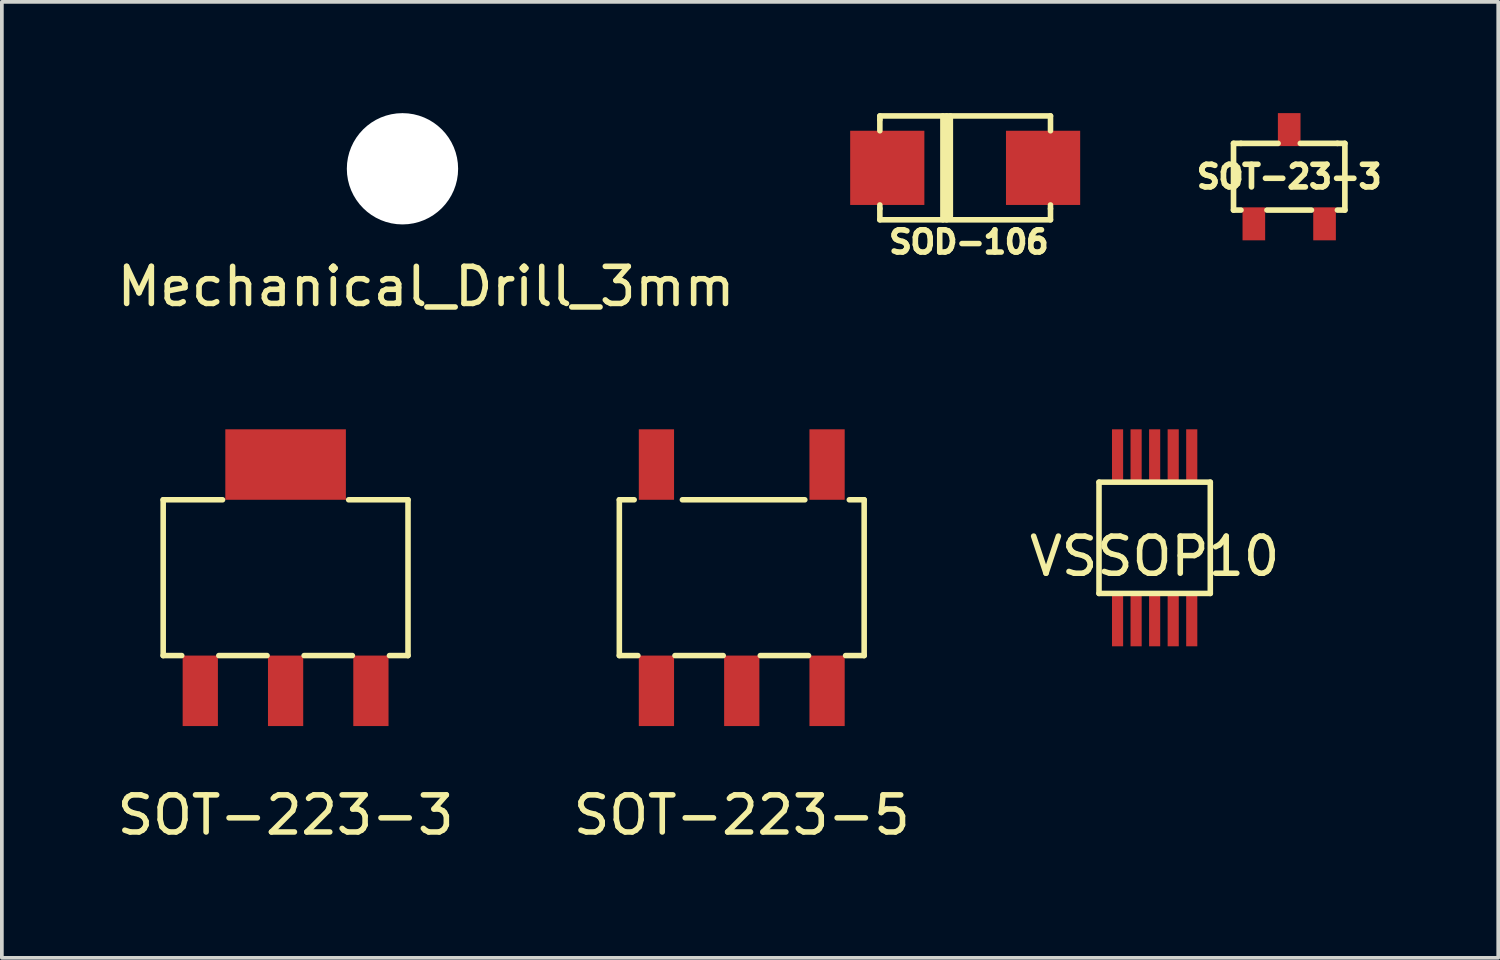
<source format=kicad_pcb>
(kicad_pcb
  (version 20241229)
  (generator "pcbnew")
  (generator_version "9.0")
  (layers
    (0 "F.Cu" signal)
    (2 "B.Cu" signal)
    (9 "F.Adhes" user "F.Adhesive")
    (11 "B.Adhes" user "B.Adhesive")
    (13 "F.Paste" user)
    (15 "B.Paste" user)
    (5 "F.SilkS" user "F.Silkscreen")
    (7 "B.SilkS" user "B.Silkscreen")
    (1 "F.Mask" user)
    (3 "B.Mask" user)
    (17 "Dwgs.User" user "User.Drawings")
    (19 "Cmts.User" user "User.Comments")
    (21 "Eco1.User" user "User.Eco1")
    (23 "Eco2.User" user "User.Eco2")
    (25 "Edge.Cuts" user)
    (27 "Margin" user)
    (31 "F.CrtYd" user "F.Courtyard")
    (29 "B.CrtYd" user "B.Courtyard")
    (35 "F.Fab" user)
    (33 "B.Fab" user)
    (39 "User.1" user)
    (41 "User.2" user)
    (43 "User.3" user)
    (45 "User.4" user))
  (footprint "SOT-23-3"
    (layer "F.Cu")
    (at 31.704 1.714)
    (property "Reference" "SOT-23-3" (at 0 0 0) (layer "F.SilkS") (effects (font (size 0.61 0.61) (thickness 0.152))))
    (attr smd)
    (fp_line (start -1.501 -0.899) (end -1.501 0.899) (stroke (width 0.152) (type solid)) (layer "F.SilkS"))
    (fp_line (start -1.501 -0.899) (end -1.3 -0.899) (stroke (width 0.152) (type solid)) (layer "F.SilkS"))
    (fp_line (start -1.501 0.899) (end -1.3 0.899) (stroke (width 0.152) (type solid)) (layer "F.SilkS"))
    (fp_line (start -1.3 -0.899) (end -0.3 -0.899) (stroke (width 0.152) (type solid)) (layer "F.SilkS"))
    (fp_line (start -0.599 0.899) (end 0.599 0.899) (stroke (width 0.152) (type solid)) (layer "F.SilkS"))
    (fp_line (start 1.3 -0.899) (end 0.3 -0.899) (stroke (width 0.152) (type solid)) (layer "F.SilkS"))
    (fp_line (start 1.501 -0.899) (end 1.3 -0.899) (stroke (width 0.152) (type solid)) (layer "F.SilkS"))
    (fp_line (start 1.501 0.899) (end 1.3 0.899) (stroke (width 0.152) (type solid)) (layer "F.SilkS"))
    (fp_line (start 1.501 0.899) (end 1.501 -0.899) (stroke (width 0.152) (type solid)) (layer "F.SilkS"))
    (pad "D" smd rect (at 0 -1.27) (size 0.61 0.889) (layers "F.Cu" "F.Mask" "F.Paste"))
    (pad "G" smd rect (at -0.953 1.27) (size 0.61 0.889) (layers "F.Cu" "F.Mask" "F.Paste"))
    (pad "S" smd rect (at 0.953 1.27) (size 0.61 0.889) (layers "F.Cu" "F.Mask" "F.Paste")))
  (footprint "VSSOP10"
    (layer "F.Cu")
    (at 28.077 11.448)
    (property "Reference" "VSSOP10" (at 0 0.5 0) (layer "F.SilkS") (effects (font (size 1 1) (thickness 0.15))))
    (attr through_hole)
    (fp_line (start -1.5 -1.5) (end 1.5 -1.5) (stroke (width 0.15) (type solid)) (layer "F.SilkS"))
    (fp_line (start -1.5 1.5) (end -1.5 -1.5) (stroke (width 0.15) (type solid)) (layer "F.SilkS"))
    (fp_line (start 1.5 -1.5) (end 1.5 1.5) (stroke (width 0.15) (type solid)) (layer "F.SilkS"))
    (fp_line (start 1.5 1.5) (end -1.5 1.5) (stroke (width 0.15) (type solid)) (layer "F.SilkS"))
    (pad "1" smd rect (at -1 2.2) (size 0.3 1.45) (layers "F.Cu" "F.Mask" "F.Paste"))
    (pad "2" smd rect (at -0.5 2.2) (size 0.3 1.45) (layers "F.Cu" "F.Mask" "F.Paste"))
    (pad "3" smd rect (at 0 2.2) (size 0.3 1.45) (layers "F.Cu" "F.Mask" "F.Paste"))
    (pad "4" smd rect (at 0.5 2.2) (size 0.3 1.45) (layers "F.Cu" "F.Mask" "F.Paste"))
    (pad "5" smd rect (at 1 2.2) (size 0.3 1.45) (layers "F.Cu" "F.Mask" "F.Paste"))
    (pad "6" smd rect (at 1 -2.2) (size 0.3 1.45) (layers "F.Cu" "F.Mask" "F.Paste"))
    (pad "7" smd rect (at 0.5 -2.2) (size 0.3 1.45) (layers "F.Cu" "F.Mask" "F.Paste"))
    (pad "8" smd rect (at 0 -2.2) (size 0.3 1.45) (layers "F.Cu" "F.Mask" "F.Paste"))
    (pad "9" smd rect (at -0.5 -2.2) (size 0.3 1.45) (layers "F.Cu" "F.Mask" "F.Paste"))
    (pad "10" smd rect (at -1 -2.2) (size 0.3 1.45) (layers "F.Cu" "F.Mask" "F.Paste")))
  (footprint "SOT-223-5"
    (layer "F.Cu")
    (at 16.946 12.523)
    (property "Reference" "SOT-223-5" (at 0 6.4 0) (layer "F.SilkS") (effects (font (size 1 1) (thickness 0.15))))
    (attr through_hole)
    (fp_line (start -3.3 -2.1) (end -3.3 2.1) (stroke (width 0.15) (type solid)) (layer "F.SilkS"))
    (fp_line (start -3.3 -2.1) (end -2.9 -2.1) (stroke (width 0.15) (type solid)) (layer "F.SilkS"))
    (fp_line (start -3.3 2.1) (end -2.8 2.1) (stroke (width 0.15) (type solid)) (layer "F.SilkS"))
    (fp_line (start -1.8 2.1) (end -0.5 2.1) (stroke (width 0.15) (type solid)) (layer "F.SilkS"))
    (fp_line (start -1.6 -2.1) (end 1.7 -2.1) (stroke (width 0.15) (type solid)) (layer "F.SilkS"))
    (fp_line (start 0.5 2.1) (end 1.8 2.1) (stroke (width 0.15) (type solid)) (layer "F.SilkS"))
    (fp_line (start 2.8 2.1) (end 3.3 2.1) (stroke (width 0.15) (type solid)) (layer "F.SilkS"))
    (fp_line (start 3.3 -2.1) (end 2.9 -2.1) (stroke (width 0.15) (type solid)) (layer "F.SilkS"))
    (fp_line (start 3.3 2.1) (end 3.3 -2.1) (stroke (width 0.15) (type solid)) (layer "F.SilkS"))
    (pad "1" smd rect (at -2.3 3.05) (size 0.95 1.9) (layers "F.Cu" "F.Mask" "F.Paste"))
    (pad "2" smd rect (at 0 3.05) (size 0.95 1.9) (layers "F.Cu" "F.Mask" "F.Paste"))
    (pad "3" smd rect (at 2.3 3.05) (size 0.95 1.9) (layers "F.Cu" "F.Mask" "F.Paste"))
    (pad "4" smd rect (at 2.3 -3.05) (size 0.95 1.9) (layers "F.Cu" "F.Mask" "F.Paste"))
    (pad "5" smd rect (at -2.3 -3.05) (size 0.95 1.9) (layers "F.Cu" "F.Mask" "F.Paste")))
  (footprint "SOT-223-3"
    (layer "F.Cu")
    (at 4.649 12.523)
    (property "Reference" "SOT-223-3" (at 0 6.4 0) (layer "F.SilkS") (effects (font (size 1 1) (thickness 0.15))))
    (attr through_hole)
    (fp_line (start -3.3 -2.1) (end -3.3 2.1) (stroke (width 0.15) (type solid)) (layer "F.SilkS"))
    (fp_line (start -3.3 -2.1) (end -1.7 -2.1) (stroke (width 0.15) (type solid)) (layer "F.SilkS"))
    (fp_line (start -3.3 2.1) (end -2.8 2.1) (stroke (width 0.15) (type solid)) (layer "F.SilkS"))
    (fp_line (start -1.8 2.1) (end -0.5 2.1) (stroke (width 0.15) (type solid)) (layer "F.SilkS"))
    (fp_line (start 0.5 2.1) (end 1.8 2.1) (stroke (width 0.15) (type solid)) (layer "F.SilkS"))
    (fp_line (start 2.8 2.1) (end 3.3 2.1) (stroke (width 0.15) (type solid)) (layer "F.SilkS"))
    (fp_line (start 3.3 -2.1) (end 1.7 -2.1) (stroke (width 0.15) (type solid)) (layer "F.SilkS"))
    (fp_line (start 3.3 2.1) (end 3.3 -2.1) (stroke (width 0.15) (type solid)) (layer "F.SilkS"))
    (pad "1" smd rect (at -2.3 3.05) (size 0.95 1.9) (layers "F.Cu" "F.Mask" "F.Paste"))
    (pad "2" smd rect (at 0 -3.05) (size 3.25 1.9) (layers "F.Cu" "F.Mask" "F.Paste"))
    (pad "2" smd rect (at 0 3.05) (size 0.95 1.9) (layers "F.Cu" "F.Mask" "F.Paste"))
    (pad "3" smd rect (at 2.3 3.05) (size 0.95 1.9) (layers "F.Cu" "F.Mask" "F.Paste")))
  (footprint "Mechanical_Drill_3mm"
    (layer "F.Cu")
    (at 7.8 1.5)
    (property "Reference" "Mechanical_Drill_3mm" (at 0.635 3.175 0) (layer "F.SilkS") (effects (font (size 1 1) (thickness 0.15))))
    (attr through_hole)
    (pad "" np_thru_hole circle (at 0 0) (size 3 3) (drill 3) (layers "*.Cu" "*.Mask")))
  (footprint "SOD-106"
    (layer "F.Cu")
    (at 22.969 1.475)
    (property "Reference" "SOD-106" (at 0.1 2 0) (layer "F.SilkS") (effects (font (size 0.6 0.6) (thickness 0.15))))
    (attr through_hole)
    (fp_line (start -2.3 -1.4) (end 2.3 -1.4) (stroke (width 0.15) (type solid)) (layer "F.SilkS"))
    (fp_line (start -2.3 -1.3) (end -2.3 -1.4) (stroke (width 0.15) (type solid)) (layer "F.SilkS"))
    (fp_line (start -2.3 -1) (end -2.3 -1.3) (stroke (width 0.15) (type solid)) (layer "F.SilkS"))
    (fp_line (start -2.3 1.1) (end -2.3 1) (stroke (width 0.15) (type solid)) (layer "F.SilkS"))
    (fp_line (start -2.3 1.4) (end -2.3 1.1) (stroke (width 0.15) (type solid)) (layer "F.SilkS"))
    (fp_line (start -0.6 1.4) (end -0.6 -1.4) (stroke (width 0.15) (type solid)) (layer "F.SilkS"))
    (fp_line (start -0.5 -1.4) (end -0.5 1.4) (stroke (width 0.15) (type solid)) (layer "F.SilkS"))
    (fp_line (start -0.4 -1.4) (end -0.4 1.3) (stroke (width 0.15) (type solid)) (layer "F.SilkS"))
    (fp_line (start 2.3 -1.4) (end 2.3 -1) (stroke (width 0.15) (type solid)) (layer "F.SilkS"))
    (fp_line (start 2.3 1.1) (end 2.3 1) (stroke (width 0.15) (type solid)) (layer "F.SilkS"))
    (fp_line (start 2.3 1.1) (end 2.3 1.4) (stroke (width 0.15) (type solid)) (layer "F.SilkS"))
    (fp_line (start 2.3 1.4) (end -2.3 1.4) (stroke (width 0.15) (type solid)) (layer "F.SilkS"))
    (pad "1" smd rect (at 2.1 0) (size 2 2) (layers "F.Cu" "F.Mask" "F.Paste"))
    (pad "2" smd rect (at -2.1 0) (size 2 2) (layers "F.Cu" "F.Mask" "F.Paste")))
  (gr_rect
    (start -3 -3)
    (end 37.339 22.771)
    (stroke (width 0.1) (type default))
    (fill no)
    (layer "Edge.Cuts")))
</source>
